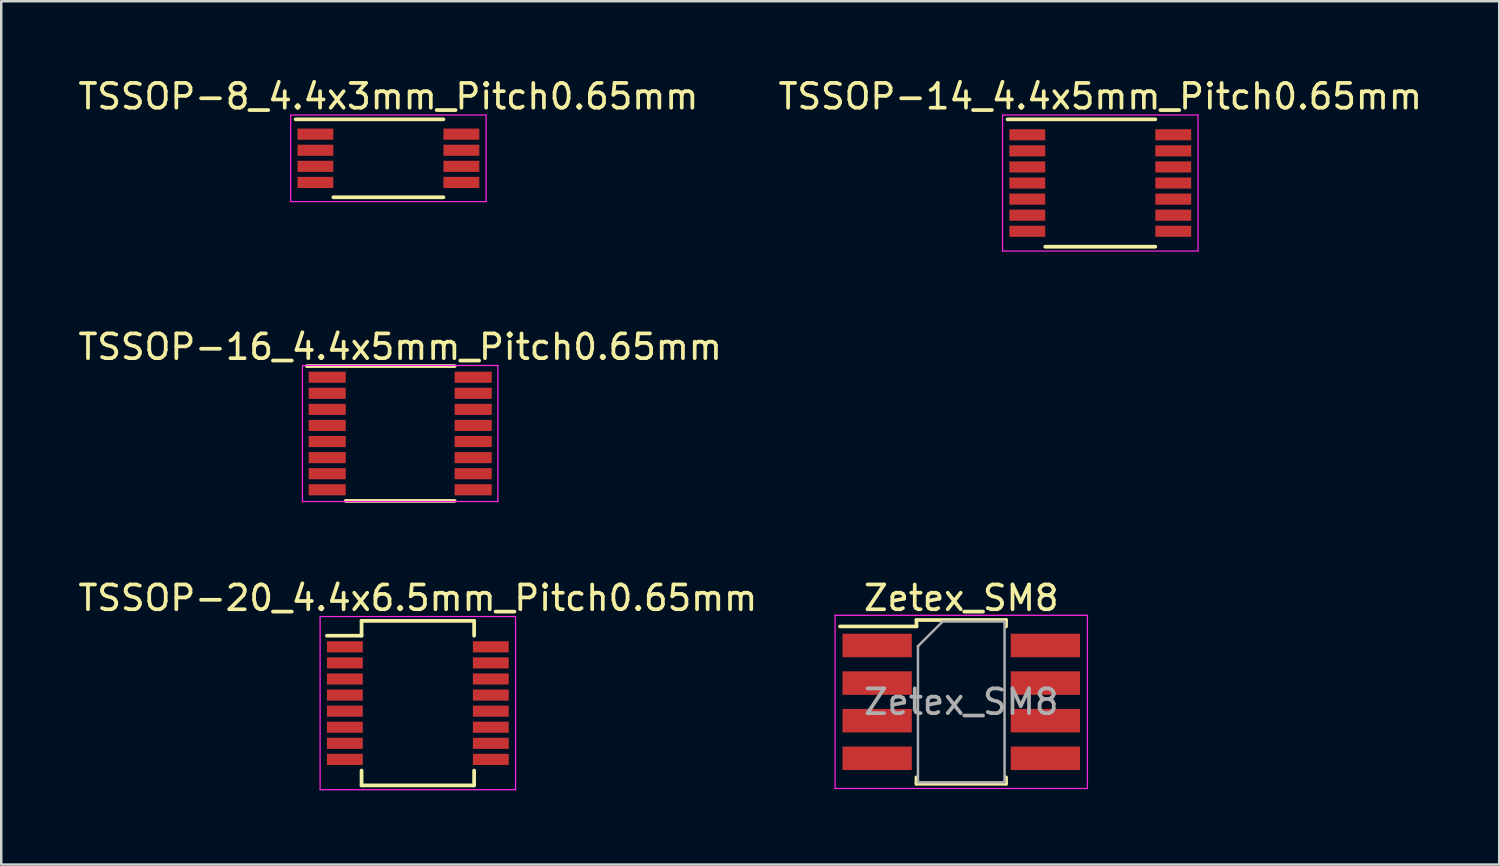
<source format=kicad_pcb>
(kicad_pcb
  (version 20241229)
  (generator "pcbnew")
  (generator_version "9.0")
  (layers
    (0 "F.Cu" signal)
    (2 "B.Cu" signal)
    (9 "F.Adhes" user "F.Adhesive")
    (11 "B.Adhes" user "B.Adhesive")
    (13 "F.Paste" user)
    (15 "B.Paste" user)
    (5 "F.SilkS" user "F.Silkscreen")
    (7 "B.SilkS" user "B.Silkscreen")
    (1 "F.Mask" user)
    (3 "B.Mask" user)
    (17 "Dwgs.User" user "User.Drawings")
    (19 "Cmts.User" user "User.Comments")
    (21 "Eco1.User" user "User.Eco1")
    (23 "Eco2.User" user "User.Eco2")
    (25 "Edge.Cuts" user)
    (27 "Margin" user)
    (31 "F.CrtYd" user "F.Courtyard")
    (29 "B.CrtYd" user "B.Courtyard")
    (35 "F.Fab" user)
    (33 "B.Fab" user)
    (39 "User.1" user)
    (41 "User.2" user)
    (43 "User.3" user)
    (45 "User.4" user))
  (footprint "TSSOP-16_4.4x5mm_Pitch0.65mm"
    (layer "F.Cu")
    (at 13.125 14.472)
    (property "Reference" "TSSOP-16_4.4x5mm_Pitch0.65mm" (at 0 -3.5 0) (layer "F.SilkS") (effects (font (size 1 1) (thickness 0.15))))
    (attr smd)
    (fp_line (start -3.775 -2.725) (end 2.2 -2.725) (stroke (width 0.15) (type solid)) (layer "F.SilkS"))
    (fp_line (start -2.2 2.725) (end 2.2 2.725) (stroke (width 0.15) (type solid)) (layer "F.SilkS"))
    (fp_line (start -3.95 -2.75) (end -3.95 2.75) (stroke (width 0.05) (type solid)) (layer "F.CrtYd"))
    (fp_line (start -3.95 -2.75) (end 3.95 -2.75) (stroke (width 0.05) (type solid)) (layer "F.CrtYd"))
    (fp_line (start -3.95 2.75) (end 3.95 2.75) (stroke (width 0.05) (type solid)) (layer "F.CrtYd"))
    (fp_line (start 3.95 -2.75) (end 3.95 2.75) (stroke (width 0.05) (type solid)) (layer "F.CrtYd"))
    (pad "1" smd rect (at -2.95 -2.275) (size 1.5 0.45) (layers "F.Cu" "F.Mask" "F.Paste"))
    (pad "2" smd rect (at -2.95 -1.625) (size 1.5 0.45) (layers "F.Cu" "F.Mask" "F.Paste"))
    (pad "3" smd rect (at -2.95 -0.975) (size 1.5 0.45) (layers "F.Cu" "F.Mask" "F.Paste"))
    (pad "4" smd rect (at -2.95 -0.325) (size 1.5 0.45) (layers "F.Cu" "F.Mask" "F.Paste"))
    (pad "5" smd rect (at -2.95 0.325) (size 1.5 0.45) (layers "F.Cu" "F.Mask" "F.Paste"))
    (pad "6" smd rect (at -2.95 0.975) (size 1.5 0.45) (layers "F.Cu" "F.Mask" "F.Paste"))
    (pad "7" smd rect (at -2.95 1.625) (size 1.5 0.45) (layers "F.Cu" "F.Mask" "F.Paste"))
    (pad "8" smd rect (at -2.95 2.275) (size 1.5 0.45) (layers "F.Cu" "F.Mask" "F.Paste"))
    (pad "9" smd rect (at 2.95 2.275) (size 1.5 0.45) (layers "F.Cu" "F.Mask" "F.Paste"))
    (pad "10" smd rect (at 2.95 1.625) (size 1.5 0.45) (layers "F.Cu" "F.Mask" "F.Paste"))
    (pad "11" smd rect (at 2.95 0.975) (size 1.5 0.45) (layers "F.Cu" "F.Mask" "F.Paste"))
    (pad "12" smd rect (at 2.95 0.325) (size 1.5 0.45) (layers "F.Cu" "F.Mask" "F.Paste"))
    (pad "13" smd rect (at 2.95 -0.325) (size 1.5 0.45) (layers "F.Cu" "F.Mask" "F.Paste"))
    (pad "14" smd rect (at 2.95 -0.975) (size 1.5 0.45) (layers "F.Cu" "F.Mask" "F.Paste"))
    (pad "15" smd rect (at 2.95 -1.625) (size 1.5 0.45) (layers "F.Cu" "F.Mask" "F.Paste"))
    (pad "16" smd rect (at 2.95 -2.275) (size 1.5 0.45) (layers "F.Cu" "F.Mask" "F.Paste")))
  (footprint "TSSOP-8_4.4x3mm_Pitch0.65mm"
    (layer "F.Cu")
    (at 12.649 3.348)
    (property "Reference" "TSSOP-8_4.4x3mm_Pitch0.65mm" (at 0 -2.5 0) (layer "F.SilkS") (effects (font (size 1 1) (thickness 0.15))))
    (attr smd)
    (fp_line (start -3.75 -1.575) (end 2.225 -1.575) (stroke (width 0.15) (type solid)) (layer "F.SilkS"))
    (fp_line (start -2.225 1.575) (end 2.225 1.575) (stroke (width 0.15) (type solid)) (layer "F.SilkS"))
    (fp_line (start -3.95 -1.75) (end -3.95 1.75) (stroke (width 0.05) (type solid)) (layer "F.CrtYd"))
    (fp_line (start -3.95 -1.75) (end 3.95 -1.75) (stroke (width 0.05) (type solid)) (layer "F.CrtYd"))
    (fp_line (start -3.95 1.75) (end 3.95 1.75) (stroke (width 0.05) (type solid)) (layer "F.CrtYd"))
    (fp_line (start 3.95 -1.75) (end 3.95 1.75) (stroke (width 0.05) (type solid)) (layer "F.CrtYd"))
    (pad "1" smd rect (at -2.95 -0.975) (size 1.45 0.45) (layers "F.Cu" "F.Mask" "F.Paste"))
    (pad "2" smd rect (at -2.95 -0.325) (size 1.45 0.45) (layers "F.Cu" "F.Mask" "F.Paste"))
    (pad "3" smd rect (at -2.95 0.325) (size 1.45 0.45) (layers "F.Cu" "F.Mask" "F.Paste"))
    (pad "4" smd rect (at -2.95 0.975) (size 1.45 0.45) (layers "F.Cu" "F.Mask" "F.Paste"))
    (pad "5" smd rect (at 2.95 0.975) (size 1.45 0.45) (layers "F.Cu" "F.Mask" "F.Paste"))
    (pad "6" smd rect (at 2.95 0.325) (size 1.45 0.45) (layers "F.Cu" "F.Mask" "F.Paste"))
    (pad "7" smd rect (at 2.95 -0.325) (size 1.45 0.45) (layers "F.Cu" "F.Mask" "F.Paste"))
    (pad "8" smd rect (at 2.95 -0.975) (size 1.45 0.45) (layers "F.Cu" "F.Mask" "F.Paste")))
  (footprint "Zetex_SM8"
    (layer "F.Cu")
    (at 35.804 25.32)
    (property "Reference" "Zetex_SM8" (at 0 -4.2 0) (layer "F.SilkS") (effects (font (size 1 1) (thickness 0.15))))
    (attr smd)
    (fp_line (start -1.81 -3.31) (end -1.81 -3.05) (stroke (width 0.15) (type solid)) (layer "F.SilkS"))
    (fp_line (start -1.81 -3.31) (end 1.81 -3.31) (stroke (width 0.15) (type solid)) (layer "F.SilkS"))
    (fp_line (start -1.81 -3.05) (end -4.9 -3.05) (stroke (width 0.15) (type solid)) (layer "F.SilkS"))
    (fp_line (start -1.81 3.31) (end -1.81 3.05) (stroke (width 0.15) (type solid)) (layer "F.SilkS"))
    (fp_line (start -1.81 3.31) (end 1.81 3.31) (stroke (width 0.15) (type solid)) (layer "F.SilkS"))
    (fp_line (start 1.81 -3.31) (end 1.81 -3.05) (stroke (width 0.15) (type solid)) (layer "F.SilkS"))
    (fp_line (start 1.81 3.31) (end 1.81 3.05) (stroke (width 0.15) (type solid)) (layer "F.SilkS"))
    (fp_line (start -5.1 -3.5) (end -5.1 3.5) (stroke (width 0.05) (type solid)) (layer "F.CrtYd"))
    (fp_line (start -5.1 -3.5) (end 5.1 -3.5) (stroke (width 0.05) (type solid)) (layer "F.CrtYd"))
    (fp_line (start -5.1 3.5) (end 5.1 3.5) (stroke (width 0.05) (type solid)) (layer "F.CrtYd"))
    (fp_line (start 5.1 -3.5) (end 5.1 3.5) (stroke (width 0.05) (type solid)) (layer "F.CrtYd"))
    (fp_line (start -1.75 -2.25) (end -0.75 -3.25) (stroke (width 0.1) (type solid)) (layer "F.Fab"))
    (fp_line (start -1.75 3.25) (end -1.75 -2.25) (stroke (width 0.1) (type solid)) (layer "F.Fab"))
    (fp_line (start -0.75 -3.25) (end 1.75 -3.25) (stroke (width 0.1) (type solid)) (layer "F.Fab"))
    (fp_line (start 1.75 -3.25) (end 1.75 3.25) (stroke (width 0.1) (type solid)) (layer "F.Fab"))
    (fp_line (start 1.75 3.25) (end -1.75 3.25) (stroke (width 0.1) (type solid)) (layer "F.Fab"))
    (fp_text user "${REFERENCE}" (at 0 0 0) (layer "F.Fab") (effects (font (size 1 1) (thickness 0.15))))
    (pad "1" smd rect (at -3.4 -2.28) (size 2.8 0.95) (layers "F.Cu" "F.Mask" "F.Paste"))
    (pad "2" smd rect (at -3.4 -0.76) (size 2.8 0.95) (layers "F.Cu" "F.Mask" "F.Paste"))
    (pad "3" smd rect (at -3.4 0.76) (size 2.8 0.95) (layers "F.Cu" "F.Mask" "F.Paste"))
    (pad "4" smd rect (at -3.4 2.28) (size 2.8 0.95) (layers "F.Cu" "F.Mask" "F.Paste"))
    (pad "5" smd rect (at 3.4 2.28) (size 2.8 0.95) (layers "F.Cu" "F.Mask" "F.Paste"))
    (pad "6" smd rect (at 3.4 0.76) (size 2.8 0.95) (layers "F.Cu" "F.Mask" "F.Paste"))
    (pad "7" smd rect (at 3.4 -0.76) (size 2.8 0.95) (layers "F.Cu" "F.Mask" "F.Paste"))
    (pad "8" smd rect (at 3.4 -2.28) (size 2.8 0.95) (layers "F.Cu" "F.Mask" "F.Paste")))
  (footprint "TSSOP-14_4.4x5mm_Pitch0.65mm"
    (layer "F.Cu")
    (at 41.423 4.348)
    (property "Reference" "TSSOP-14_4.4x5mm_Pitch0.65mm" (at 0 -3.5 0) (layer "F.SilkS") (effects (font (size 1 1) (thickness 0.15))))
    (attr smd)
    (fp_line (start -3.75 -2.575) (end 2.225 -2.575) (stroke (width 0.15) (type solid)) (layer "F.SilkS"))
    (fp_line (start -2.225 2.575) (end 2.225 2.575) (stroke (width 0.15) (type solid)) (layer "F.SilkS"))
    (fp_line (start -3.95 -2.75) (end -3.95 2.75) (stroke (width 0.05) (type solid)) (layer "F.CrtYd"))
    (fp_line (start -3.95 -2.75) (end 3.95 -2.75) (stroke (width 0.05) (type solid)) (layer "F.CrtYd"))
    (fp_line (start -3.95 2.75) (end 3.95 2.75) (stroke (width 0.05) (type solid)) (layer "F.CrtYd"))
    (fp_line (start 3.95 -2.75) (end 3.95 2.75) (stroke (width 0.05) (type solid)) (layer "F.CrtYd"))
    (pad "1" smd rect (at -2.95 -1.95) (size 1.45 0.45) (layers "F.Cu" "F.Mask" "F.Paste"))
    (pad "2" smd rect (at -2.95 -1.3) (size 1.45 0.45) (layers "F.Cu" "F.Mask" "F.Paste"))
    (pad "3" smd rect (at -2.95 -0.65) (size 1.45 0.45) (layers "F.Cu" "F.Mask" "F.Paste"))
    (pad "4" smd rect (at -2.95 0) (size 1.45 0.45) (layers "F.Cu" "F.Mask" "F.Paste"))
    (pad "5" smd rect (at -2.95 0.65) (size 1.45 0.45) (layers "F.Cu" "F.Mask" "F.Paste"))
    (pad "6" smd rect (at -2.95 1.3) (size 1.45 0.45) (layers "F.Cu" "F.Mask" "F.Paste"))
    (pad "7" smd rect (at -2.95 1.95) (size 1.45 0.45) (layers "F.Cu" "F.Mask" "F.Paste"))
    (pad "8" smd rect (at 2.95 1.95) (size 1.45 0.45) (layers "F.Cu" "F.Mask" "F.Paste"))
    (pad "9" smd rect (at 2.95 1.3) (size 1.45 0.45) (layers "F.Cu" "F.Mask" "F.Paste"))
    (pad "10" smd rect (at 2.95 0.65) (size 1.45 0.45) (layers "F.Cu" "F.Mask" "F.Paste"))
    (pad "11" smd rect (at 2.95 0) (size 1.45 0.45) (layers "F.Cu" "F.Mask" "F.Paste"))
    (pad "12" smd rect (at 2.95 -0.65) (size 1.45 0.45) (layers "F.Cu" "F.Mask" "F.Paste"))
    (pad "13" smd rect (at 2.95 -1.3) (size 1.45 0.45) (layers "F.Cu" "F.Mask" "F.Paste"))
    (pad "14" smd rect (at 2.95 -1.95) (size 1.45 0.45) (layers "F.Cu" "F.Mask" "F.Paste")))
  (footprint "TSSOP-20_4.4x6.5mm_Pitch0.65mm"
    (layer "F.Cu")
    (at 13.839 25.37)
    (property "Reference" "TSSOP-20_4.4x6.5mm_Pitch0.65mm" (at 0 -4.25 0) (layer "F.SilkS") (effects (font (size 1 1) (thickness 0.15))))
    (attr smd)
    (fp_line (start -2.275 -3.325) (end -2.275 -2.725) (stroke (width 0.15) (type solid)) (layer "F.SilkS"))
    (fp_line (start -2.275 -3.325) (end 2.275 -3.325) (stroke (width 0.15) (type solid)) (layer "F.SilkS"))
    (fp_line (start -2.275 -2.725) (end -3.675 -2.725) (stroke (width 0.15) (type solid)) (layer "F.SilkS"))
    (fp_line (start -2.275 3.325) (end -2.275 2.725) (stroke (width 0.15) (type solid)) (layer "F.SilkS"))
    (fp_line (start -2.275 3.325) (end 2.275 3.325) (stroke (width 0.15) (type solid)) (layer "F.SilkS"))
    (fp_line (start 2.275 -3.325) (end 2.275 -2.725) (stroke (width 0.15) (type solid)) (layer "F.SilkS"))
    (fp_line (start 2.275 3.325) (end 2.275 2.725) (stroke (width 0.15) (type solid)) (layer "F.SilkS"))
    (fp_line (start -3.95 -3.5) (end -3.95 3.5) (stroke (width 0.05) (type solid)) (layer "F.CrtYd"))
    (fp_line (start -3.95 -3.5) (end 3.95 -3.5) (stroke (width 0.05) (type solid)) (layer "F.CrtYd"))
    (fp_line (start -3.95 3.5) (end 3.95 3.5) (stroke (width 0.05) (type solid)) (layer "F.CrtYd"))
    (fp_line (start 3.95 -3.5) (end 3.95 3.5) (stroke (width 0.05) (type solid)) (layer "F.CrtYd"))
    (pad "1" smd rect (at -2.95 -2.275) (size 1.45 0.45) (layers "F.Cu" "F.Mask" "F.Paste"))
    (pad "2" smd rect (at -2.95 -1.625) (size 1.45 0.45) (layers "F.Cu" "F.Mask" "F.Paste"))
    (pad "3" smd rect (at -2.95 -0.975) (size 1.45 0.45) (layers "F.Cu" "F.Mask" "F.Paste"))
    (pad "4" smd rect (at -2.95 -0.325) (size 1.45 0.45) (layers "F.Cu" "F.Mask" "F.Paste"))
    (pad "5" smd rect (at -2.95 0.325) (size 1.45 0.45) (layers "F.Cu" "F.Mask" "F.Paste"))
    (pad "6" smd rect (at -2.95 0.975) (size 1.45 0.45) (layers "F.Cu" "F.Mask" "F.Paste"))
    (pad "7" smd rect (at -2.95 1.625) (size 1.45 0.45) (layers "F.Cu" "F.Mask" "F.Paste"))
    (pad "8" smd rect (at -2.95 2.275) (size 1.45 0.45) (layers "F.Cu" "F.Mask" "F.Paste"))
    (pad "9" smd rect (at 2.95 2.275) (size 1.45 0.45) (layers "F.Cu" "F.Mask" "F.Paste"))
    (pad "10" smd rect (at 2.95 1.625) (size 1.45 0.45) (layers "F.Cu" "F.Mask" "F.Paste"))
    (pad "11" smd rect (at 2.95 0.975) (size 1.45 0.45) (layers "F.Cu" "F.Mask" "F.Paste"))
    (pad "12" smd rect (at 2.95 0.325) (size 1.45 0.45) (layers "F.Cu" "F.Mask" "F.Paste"))
    (pad "13" smd rect (at 2.95 -0.325) (size 1.45 0.45) (layers "F.Cu" "F.Mask" "F.Paste"))
    (pad "14" smd rect (at 2.95 -0.975) (size 1.45 0.45) (layers "F.Cu" "F.Mask" "F.Paste"))
    (pad "15" smd rect (at 2.95 -1.625) (size 1.45 0.45) (layers "F.Cu" "F.Mask" "F.Paste"))
    (pad "16" smd rect (at 2.95 -2.275) (size 1.45 0.45) (layers "F.Cu" "F.Mask" "F.Paste")))
  (gr_rect
    (start -3 -3)
    (end 57.548 31.895)
    (stroke (width 0.1) (type default))
    (fill no)
    (layer "Edge.Cuts")))
</source>
